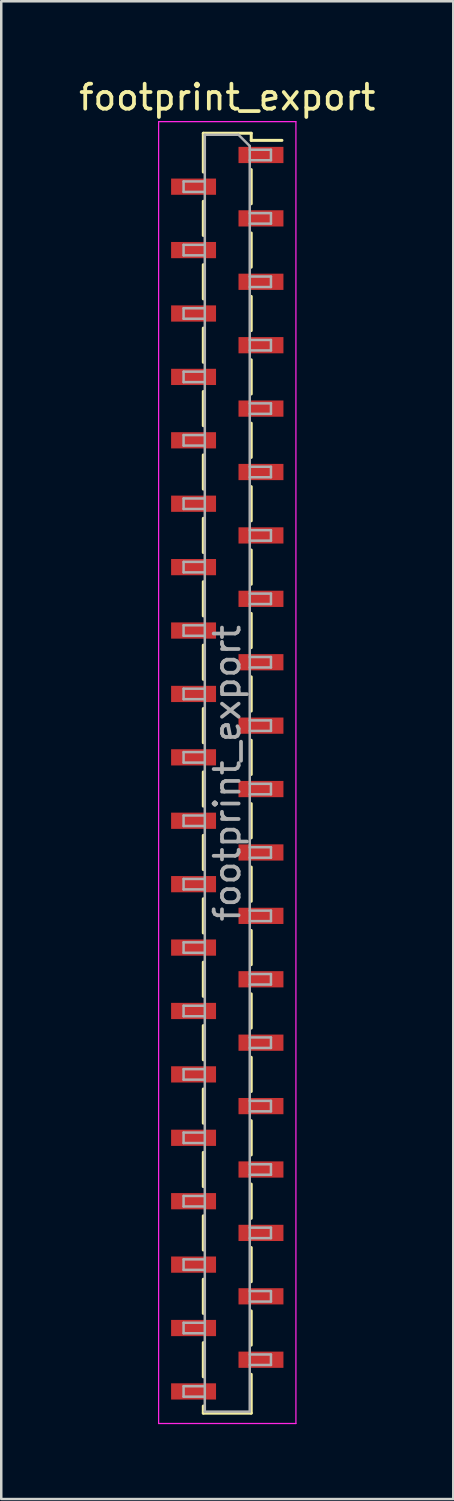
<source format=kicad_pcb>
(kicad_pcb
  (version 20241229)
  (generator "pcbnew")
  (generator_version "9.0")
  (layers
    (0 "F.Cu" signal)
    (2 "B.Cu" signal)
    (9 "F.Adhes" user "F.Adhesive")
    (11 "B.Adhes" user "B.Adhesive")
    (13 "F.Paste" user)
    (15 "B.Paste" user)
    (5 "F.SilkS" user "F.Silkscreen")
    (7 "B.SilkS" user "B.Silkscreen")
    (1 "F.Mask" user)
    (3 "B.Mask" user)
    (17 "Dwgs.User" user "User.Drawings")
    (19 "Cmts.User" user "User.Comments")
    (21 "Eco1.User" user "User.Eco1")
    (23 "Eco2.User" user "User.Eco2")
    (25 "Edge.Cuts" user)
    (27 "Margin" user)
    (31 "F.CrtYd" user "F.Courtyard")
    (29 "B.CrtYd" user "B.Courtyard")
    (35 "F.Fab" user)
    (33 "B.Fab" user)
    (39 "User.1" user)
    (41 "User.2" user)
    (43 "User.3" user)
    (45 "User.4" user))
  (footprint "footprint_export"
    (layer "F.Cu")
    (at 6.054 27.923)
    (property "Reference" "footprint_export" (at 0 -27.075 0) (layer "F.SilkS") (effects (font (size 1 1) (thickness 0.15))))
    (attr smd)
    (fp_line (start -0.96 -25.635) (end -0.96 -24.08) (stroke (width 0.12) (type solid)) (layer "F.SilkS"))
    (fp_line (start -0.96 -25.635) (end 0.96 -25.635) (stroke (width 0.12) (type solid)) (layer "F.SilkS"))
    (fp_line (start -0.96 -22.91) (end -0.96 -21.54) (stroke (width 0.12) (type solid)) (layer "F.SilkS"))
    (fp_line (start -0.96 -20.37) (end -0.96 -19) (stroke (width 0.12) (type solid)) (layer "F.SilkS"))
    (fp_line (start -0.96 -17.83) (end -0.96 -16.46) (stroke (width 0.12) (type solid)) (layer "F.SilkS"))
    (fp_line (start -0.96 -15.29) (end -0.96 -13.92) (stroke (width 0.12) (type solid)) (layer "F.SilkS"))
    (fp_line (start -0.96 -12.75) (end -0.96 -11.38) (stroke (width 0.12) (type solid)) (layer "F.SilkS"))
    (fp_line (start -0.96 -10.21) (end -0.96 -8.84) (stroke (width 0.12) (type solid)) (layer "F.SilkS"))
    (fp_line (start -0.96 -7.67) (end -0.96 -6.3) (stroke (width 0.12) (type solid)) (layer "F.SilkS"))
    (fp_line (start -0.96 -5.13) (end -0.96 -3.76) (stroke (width 0.12) (type solid)) (layer "F.SilkS"))
    (fp_line (start -0.96 -2.59) (end -0.96 -1.22) (stroke (width 0.12) (type solid)) (layer "F.SilkS"))
    (fp_line (start -0.96 -0.05) (end -0.96 1.32) (stroke (width 0.12) (type solid)) (layer "F.SilkS"))
    (fp_line (start -0.96 2.49) (end -0.96 3.86) (stroke (width 0.12) (type solid)) (layer "F.SilkS"))
    (fp_line (start -0.96 5.03) (end -0.96 6.4) (stroke (width 0.12) (type solid)) (layer "F.SilkS"))
    (fp_line (start -0.96 7.57) (end -0.96 8.94) (stroke (width 0.12) (type solid)) (layer "F.SilkS"))
    (fp_line (start -0.96 10.11) (end -0.96 11.48) (stroke (width 0.12) (type solid)) (layer "F.SilkS"))
    (fp_line (start -0.96 12.65) (end -0.96 14.02) (stroke (width 0.12) (type solid)) (layer "F.SilkS"))
    (fp_line (start -0.96 15.19) (end -0.96 16.56) (stroke (width 0.12) (type solid)) (layer "F.SilkS"))
    (fp_line (start -0.96 17.73) (end -0.96 19.1) (stroke (width 0.12) (type solid)) (layer "F.SilkS"))
    (fp_line (start -0.96 20.27) (end -0.96 21.64) (stroke (width 0.12) (type solid)) (layer "F.SilkS"))
    (fp_line (start -0.96 22.81) (end -0.96 24.18) (stroke (width 0.12) (type solid)) (layer "F.SilkS"))
    (fp_line (start -0.96 25.35) (end -0.96 25.635) (stroke (width 0.12) (type solid)) (layer "F.SilkS"))
    (fp_line (start -0.96 25.635) (end 0.96 25.635) (stroke (width 0.12) (type solid)) (layer "F.SilkS"))
    (fp_line (start 0.96 -25.635) (end 0.96 -25.35) (stroke (width 0.12) (type solid)) (layer "F.SilkS"))
    (fp_line (start 0.96 -25.35) (end 2.19 -25.35) (stroke (width 0.12) (type solid)) (layer "F.SilkS"))
    (fp_line (start 0.96 -24.18) (end 0.96 -22.81) (stroke (width 0.12) (type solid)) (layer "F.SilkS"))
    (fp_line (start 0.96 -21.64) (end 0.96 -20.27) (stroke (width 0.12) (type solid)) (layer "F.SilkS"))
    (fp_line (start 0.96 -19.1) (end 0.96 -17.73) (stroke (width 0.12) (type solid)) (layer "F.SilkS"))
    (fp_line (start 0.96 -16.56) (end 0.96 -15.19) (stroke (width 0.12) (type solid)) (layer "F.SilkS"))
    (fp_line (start 0.96 -14.02) (end 0.96 -12.65) (stroke (width 0.12) (type solid)) (layer "F.SilkS"))
    (fp_line (start 0.96 -11.48) (end 0.96 -10.11) (stroke (width 0.12) (type solid)) (layer "F.SilkS"))
    (fp_line (start 0.96 -8.94) (end 0.96 -7.57) (stroke (width 0.12) (type solid)) (layer "F.SilkS"))
    (fp_line (start 0.96 -6.4) (end 0.96 -5.03) (stroke (width 0.12) (type solid)) (layer "F.SilkS"))
    (fp_line (start 0.96 -3.86) (end 0.96 -2.49) (stroke (width 0.12) (type solid)) (layer "F.SilkS"))
    (fp_line (start 0.96 -1.32) (end 0.96 0.05) (stroke (width 0.12) (type solid)) (layer "F.SilkS"))
    (fp_line (start 0.96 1.22) (end 0.96 2.59) (stroke (width 0.12) (type solid)) (layer "F.SilkS"))
    (fp_line (start 0.96 3.76) (end 0.96 5.13) (stroke (width 0.12) (type solid)) (layer "F.SilkS"))
    (fp_line (start 0.96 6.3) (end 0.96 7.67) (stroke (width 0.12) (type solid)) (layer "F.SilkS"))
    (fp_line (start 0.96 8.84) (end 0.96 10.21) (stroke (width 0.12) (type solid)) (layer "F.SilkS"))
    (fp_line (start 0.96 11.38) (end 0.96 12.75) (stroke (width 0.12) (type solid)) (layer "F.SilkS"))
    (fp_line (start 0.96 13.92) (end 0.96 15.29) (stroke (width 0.12) (type solid)) (layer "F.SilkS"))
    (fp_line (start 0.96 16.46) (end 0.96 17.83) (stroke (width 0.12) (type solid)) (layer "F.SilkS"))
    (fp_line (start 0.96 19) (end 0.96 20.37) (stroke (width 0.12) (type solid)) (layer "F.SilkS"))
    (fp_line (start 0.96 21.54) (end 0.96 22.91) (stroke (width 0.12) (type solid)) (layer "F.SilkS"))
    (fp_line (start 0.96 24.08) (end 0.96 25.635) (stroke (width 0.12) (type solid)) (layer "F.SilkS"))
    (fp_line (start -2.75 -26.1) (end 2.75 -26.1) (stroke (width 0.05) (type solid)) (layer "F.CrtYd"))
    (fp_line (start -2.75 26.05) (end -2.75 -26.1) (stroke (width 0.05) (type solid)) (layer "F.CrtYd"))
    (fp_line (start 2.75 -26.1) (end 2.75 26.05) (stroke (width 0.05) (type solid)) (layer "F.CrtYd"))
    (fp_line (start 2.75 26.05) (end -2.75 26.05) (stroke (width 0.05) (type solid)) (layer "F.CrtYd"))
    (fp_line (start -1.75 -23.705) (end -0.9 -23.705) (stroke (width 0.1) (type solid)) (layer "F.Fab"))
    (fp_line (start -1.75 -23.285) (end -1.75 -23.705) (stroke (width 0.1) (type solid)) (layer "F.Fab"))
    (fp_line (start -1.75 -21.165) (end -0.9 -21.165) (stroke (width 0.1) (type solid)) (layer "F.Fab"))
    (fp_line (start -1.75 -20.745) (end -1.75 -21.165) (stroke (width 0.1) (type solid)) (layer "F.Fab"))
    (fp_line (start -1.75 -18.625) (end -0.9 -18.625) (stroke (width 0.1) (type solid)) (layer "F.Fab"))
    (fp_line (start -1.75 -18.205) (end -1.75 -18.625) (stroke (width 0.1) (type solid)) (layer "F.Fab"))
    (fp_line (start -1.75 -16.085) (end -0.9 -16.085) (stroke (width 0.1) (type solid)) (layer "F.Fab"))
    (fp_line (start -1.75 -15.665) (end -1.75 -16.085) (stroke (width 0.1) (type solid)) (layer "F.Fab"))
    (fp_line (start -1.75 -13.545) (end -0.9 -13.545) (stroke (width 0.1) (type solid)) (layer "F.Fab"))
    (fp_line (start -1.75 -13.125) (end -1.75 -13.545) (stroke (width 0.1) (type solid)) (layer "F.Fab"))
    (fp_line (start -1.75 -11.005) (end -0.9 -11.005) (stroke (width 0.1) (type solid)) (layer "F.Fab"))
    (fp_line (start -1.75 -10.585) (end -1.75 -11.005) (stroke (width 0.1) (type solid)) (layer "F.Fab"))
    (fp_line (start -1.75 -8.465) (end -0.9 -8.465) (stroke (width 0.1) (type solid)) (layer "F.Fab"))
    (fp_line (start -1.75 -8.045) (end -1.75 -8.465) (stroke (width 0.1) (type solid)) (layer "F.Fab"))
    (fp_line (start -1.75 -5.925) (end -0.9 -5.925) (stroke (width 0.1) (type solid)) (layer "F.Fab"))
    (fp_line (start -1.75 -5.505) (end -1.75 -5.925) (stroke (width 0.1) (type solid)) (layer "F.Fab"))
    (fp_line (start -1.75 -3.385) (end -0.9 -3.385) (stroke (width 0.1) (type solid)) (layer "F.Fab"))
    (fp_line (start -1.75 -2.965) (end -1.75 -3.385) (stroke (width 0.1) (type solid)) (layer "F.Fab"))
    (fp_line (start -1.75 -0.845) (end -0.9 -0.845) (stroke (width 0.1) (type solid)) (layer "F.Fab"))
    (fp_line (start -1.75 -0.425) (end -1.75 -0.845) (stroke (width 0.1) (type solid)) (layer "F.Fab"))
    (fp_line (start -1.75 1.695) (end -0.9 1.695) (stroke (width 0.1) (type solid)) (layer "F.Fab"))
    (fp_line (start -1.75 2.115) (end -1.75 1.695) (stroke (width 0.1) (type solid)) (layer "F.Fab"))
    (fp_line (start -1.75 4.235) (end -0.9 4.235) (stroke (width 0.1) (type solid)) (layer "F.Fab"))
    (fp_line (start -1.75 4.655) (end -1.75 4.235) (stroke (width 0.1) (type solid)) (layer "F.Fab"))
    (fp_line (start -1.75 6.775) (end -0.9 6.775) (stroke (width 0.1) (type solid)) (layer "F.Fab"))
    (fp_line (start -1.75 7.195) (end -1.75 6.775) (stroke (width 0.1) (type solid)) (layer "F.Fab"))
    (fp_line (start -1.75 9.315) (end -0.9 9.315) (stroke (width 0.1) (type solid)) (layer "F.Fab"))
    (fp_line (start -1.75 9.735) (end -1.75 9.315) (stroke (width 0.1) (type solid)) (layer "F.Fab"))
    (fp_line (start -1.75 11.855) (end -0.9 11.855) (stroke (width 0.1) (type solid)) (layer "F.Fab"))
    (fp_line (start -1.75 12.275) (end -1.75 11.855) (stroke (width 0.1) (type solid)) (layer "F.Fab"))
    (fp_line (start -1.75 14.395) (end -0.9 14.395) (stroke (width 0.1) (type solid)) (layer "F.Fab"))
    (fp_line (start -1.75 14.815) (end -1.75 14.395) (stroke (width 0.1) (type solid)) (layer "F.Fab"))
    (fp_line (start -1.75 16.935) (end -0.9 16.935) (stroke (width 0.1) (type solid)) (layer "F.Fab"))
    (fp_line (start -1.75 17.355) (end -1.75 16.935) (stroke (width 0.1) (type solid)) (layer "F.Fab"))
    (fp_line (start -1.75 19.475) (end -0.9 19.475) (stroke (width 0.1) (type solid)) (layer "F.Fab"))
    (fp_line (start -1.75 19.895) (end -1.75 19.475) (stroke (width 0.1) (type solid)) (layer "F.Fab"))
    (fp_line (start -1.75 22.015) (end -0.9 22.015) (stroke (width 0.1) (type solid)) (layer "F.Fab"))
    (fp_line (start -1.75 22.435) (end -1.75 22.015) (stroke (width 0.1) (type solid)) (layer "F.Fab"))
    (fp_line (start -1.75 24.555) (end -0.9 24.555) (stroke (width 0.1) (type solid)) (layer "F.Fab"))
    (fp_line (start -1.75 24.975) (end -1.75 24.555) (stroke (width 0.1) (type solid)) (layer "F.Fab"))
    (fp_line (start -0.9 -25.575) (end 0.45 -25.575) (stroke (width 0.1) (type solid)) (layer "F.Fab"))
    (fp_line (start -0.9 -23.285) (end -1.75 -23.285) (stroke (width 0.1) (type solid)) (layer "F.Fab"))
    (fp_line (start -0.9 -20.745) (end -1.75 -20.745) (stroke (width 0.1) (type solid)) (layer "F.Fab"))
    (fp_line (start -0.9 -18.205) (end -1.75 -18.205) (stroke (width 0.1) (type solid)) (layer "F.Fab"))
    (fp_line (start -0.9 -15.665) (end -1.75 -15.665) (stroke (width 0.1) (type solid)) (layer "F.Fab"))
    (fp_line (start -0.9 -13.125) (end -1.75 -13.125) (stroke (width 0.1) (type solid)) (layer "F.Fab"))
    (fp_line (start -0.9 -10.585) (end -1.75 -10.585) (stroke (width 0.1) (type solid)) (layer "F.Fab"))
    (fp_line (start -0.9 -8.045) (end -1.75 -8.045) (stroke (width 0.1) (type solid)) (layer "F.Fab"))
    (fp_line (start -0.9 -5.505) (end -1.75 -5.505) (stroke (width 0.1) (type solid)) (layer "F.Fab"))
    (fp_line (start -0.9 -2.965) (end -1.75 -2.965) (stroke (width 0.1) (type solid)) (layer "F.Fab"))
    (fp_line (start -0.9 -0.425) (end -1.75 -0.425) (stroke (width 0.1) (type solid)) (layer "F.Fab"))
    (fp_line (start -0.9 2.115) (end -1.75 2.115) (stroke (width 0.1) (type solid)) (layer "F.Fab"))
    (fp_line (start -0.9 4.655) (end -1.75 4.655) (stroke (width 0.1) (type solid)) (layer "F.Fab"))
    (fp_line (start -0.9 7.195) (end -1.75 7.195) (stroke (width 0.1) (type solid)) (layer "F.Fab"))
    (fp_line (start -0.9 9.735) (end -1.75 9.735) (stroke (width 0.1) (type solid)) (layer "F.Fab"))
    (fp_line (start -0.9 12.275) (end -1.75 12.275) (stroke (width 0.1) (type solid)) (layer "F.Fab"))
    (fp_line (start -0.9 14.815) (end -1.75 14.815) (stroke (width 0.1) (type solid)) (layer "F.Fab"))
    (fp_line (start -0.9 17.355) (end -1.75 17.355) (stroke (width 0.1) (type solid)) (layer "F.Fab"))
    (fp_line (start -0.9 19.895) (end -1.75 19.895) (stroke (width 0.1) (type solid)) (layer "F.Fab"))
    (fp_line (start -0.9 22.435) (end -1.75 22.435) (stroke (width 0.1) (type solid)) (layer "F.Fab"))
    (fp_line (start -0.9 24.975) (end -1.75 24.975) (stroke (width 0.1) (type solid)) (layer "F.Fab"))
    (fp_line (start -0.9 25.575) (end -0.9 -25.575) (stroke (width 0.1) (type solid)) (layer "F.Fab"))
    (fp_line (start 0.45 -25.575) (end 0.9 -25.125) (stroke (width 0.1) (type solid)) (layer "F.Fab"))
    (fp_line (start 0.9 -25.125) (end 0.9 25.575) (stroke (width 0.1) (type solid)) (layer "F.Fab"))
    (fp_line (start 0.9 -24.975) (end 1.75 -24.975) (stroke (width 0.1) (type solid)) (layer "F.Fab"))
    (fp_line (start 0.9 -22.435) (end 1.75 -22.435) (stroke (width 0.1) (type solid)) (layer "F.Fab"))
    (fp_line (start 0.9 -19.895) (end 1.75 -19.895) (stroke (width 0.1) (type solid)) (layer "F.Fab"))
    (fp_line (start 0.9 -17.355) (end 1.75 -17.355) (stroke (width 0.1) (type solid)) (layer "F.Fab"))
    (fp_line (start 0.9 -14.815) (end 1.75 -14.815) (stroke (width 0.1) (type solid)) (layer "F.Fab"))
    (fp_line (start 0.9 -12.275) (end 1.75 -12.275) (stroke (width 0.1) (type solid)) (layer "F.Fab"))
    (fp_line (start 0.9 -9.735) (end 1.75 -9.735) (stroke (width 0.1) (type solid)) (layer "F.Fab"))
    (fp_line (start 0.9 -7.195) (end 1.75 -7.195) (stroke (width 0.1) (type solid)) (layer "F.Fab"))
    (fp_line (start 0.9 -4.655) (end 1.75 -4.655) (stroke (width 0.1) (type solid)) (layer "F.Fab"))
    (fp_line (start 0.9 -2.115) (end 1.75 -2.115) (stroke (width 0.1) (type solid)) (layer "F.Fab"))
    (fp_line (start 0.9 0.425) (end 1.75 0.425) (stroke (width 0.1) (type solid)) (layer "F.Fab"))
    (fp_line (start 0.9 2.965) (end 1.75 2.965) (stroke (width 0.1) (type solid)) (layer "F.Fab"))
    (fp_line (start 0.9 5.505) (end 1.75 5.505) (stroke (width 0.1) (type solid)) (layer "F.Fab"))
    (fp_line (start 0.9 8.045) (end 1.75 8.045) (stroke (width 0.1) (type solid)) (layer "F.Fab"))
    (fp_line (start 0.9 10.585) (end 1.75 10.585) (stroke (width 0.1) (type solid)) (layer "F.Fab"))
    (fp_line (start 0.9 13.125) (end 1.75 13.125) (stroke (width 0.1) (type solid)) (layer "F.Fab"))
    (fp_line (start 0.9 15.665) (end 1.75 15.665) (stroke (width 0.1) (type solid)) (layer "F.Fab"))
    (fp_line (start 0.9 18.205) (end 1.75 18.205) (stroke (width 0.1) (type solid)) (layer "F.Fab"))
    (fp_line (start 0.9 20.745) (end 1.75 20.745) (stroke (width 0.1) (type solid)) (layer "F.Fab"))
    (fp_line (start 0.9 23.285) (end 1.75 23.285) (stroke (width 0.1) (type solid)) (layer "F.Fab"))
    (fp_line (start 0.9 25.575) (end -0.9 25.575) (stroke (width 0.1) (type solid)) (layer "F.Fab"))
    (fp_line (start 1.75 -24.975) (end 1.75 -24.555) (stroke (width 0.1) (type solid)) (layer "F.Fab"))
    (fp_line (start 1.75 -24.555) (end 0.9 -24.555) (stroke (width 0.1) (type solid)) (layer "F.Fab"))
    (fp_line (start 1.75 -22.435) (end 1.75 -22.015) (stroke (width 0.1) (type solid)) (layer "F.Fab"))
    (fp_line (start 1.75 -22.015) (end 0.9 -22.015) (stroke (width 0.1) (type solid)) (layer "F.Fab"))
    (fp_line (start 1.75 -19.895) (end 1.75 -19.475) (stroke (width 0.1) (type solid)) (layer "F.Fab"))
    (fp_line (start 1.75 -19.475) (end 0.9 -19.475) (stroke (width 0.1) (type solid)) (layer "F.Fab"))
    (fp_line (start 1.75 -17.355) (end 1.75 -16.935) (stroke (width 0.1) (type solid)) (layer "F.Fab"))
    (fp_line (start 1.75 -16.935) (end 0.9 -16.935) (stroke (width 0.1) (type solid)) (layer "F.Fab"))
    (fp_line (start 1.75 -14.815) (end 1.75 -14.395) (stroke (width 0.1) (type solid)) (layer "F.Fab"))
    (fp_line (start 1.75 -14.395) (end 0.9 -14.395) (stroke (width 0.1) (type solid)) (layer "F.Fab"))
    (fp_line (start 1.75 -12.275) (end 1.75 -11.855) (stroke (width 0.1) (type solid)) (layer "F.Fab"))
    (fp_line (start 1.75 -11.855) (end 0.9 -11.855) (stroke (width 0.1) (type solid)) (layer "F.Fab"))
    (fp_line (start 1.75 -9.735) (end 1.75 -9.315) (stroke (width 0.1) (type solid)) (layer "F.Fab"))
    (fp_line (start 1.75 -9.315) (end 0.9 -9.315) (stroke (width 0.1) (type solid)) (layer "F.Fab"))
    (fp_line (start 1.75 -7.195) (end 1.75 -6.775) (stroke (width 0.1) (type solid)) (layer "F.Fab"))
    (fp_line (start 1.75 -6.775) (end 0.9 -6.775) (stroke (width 0.1) (type solid)) (layer "F.Fab"))
    (fp_line (start 1.75 -4.655) (end 1.75 -4.235) (stroke (width 0.1) (type solid)) (layer "F.Fab"))
    (fp_line (start 1.75 -4.235) (end 0.9 -4.235) (stroke (width 0.1) (type solid)) (layer "F.Fab"))
    (fp_line (start 1.75 -2.115) (end 1.75 -1.695) (stroke (width 0.1) (type solid)) (layer "F.Fab"))
    (fp_line (start 1.75 -1.695) (end 0.9 -1.695) (stroke (width 0.1) (type solid)) (layer "F.Fab"))
    (fp_line (start 1.75 0.425) (end 1.75 0.845) (stroke (width 0.1) (type solid)) (layer "F.Fab"))
    (fp_line (start 1.75 0.845) (end 0.9 0.845) (stroke (width 0.1) (type solid)) (layer "F.Fab"))
    (fp_line (start 1.75 2.965) (end 1.75 3.385) (stroke (width 0.1) (type solid)) (layer "F.Fab"))
    (fp_line (start 1.75 3.385) (end 0.9 3.385) (stroke (width 0.1) (type solid)) (layer "F.Fab"))
    (fp_line (start 1.75 5.505) (end 1.75 5.925) (stroke (width 0.1) (type solid)) (layer "F.Fab"))
    (fp_line (start 1.75 5.925) (end 0.9 5.925) (stroke (width 0.1) (type solid)) (layer "F.Fab"))
    (fp_line (start 1.75 8.045) (end 1.75 8.465) (stroke (width 0.1) (type solid)) (layer "F.Fab"))
    (fp_line (start 1.75 8.465) (end 0.9 8.465) (stroke (width 0.1) (type solid)) (layer "F.Fab"))
    (fp_line (start 1.75 10.585) (end 1.75 11.005) (stroke (width 0.1) (type solid)) (layer "F.Fab"))
    (fp_line (start 1.75 11.005) (end 0.9 11.005) (stroke (width 0.1) (type solid)) (layer "F.Fab"))
    (fp_line (start 1.75 13.125) (end 1.75 13.545) (stroke (width 0.1) (type solid)) (layer "F.Fab"))
    (fp_line (start 1.75 13.545) (end 0.9 13.545) (stroke (width 0.1) (type solid)) (layer "F.Fab"))
    (fp_line (start 1.75 15.665) (end 1.75 16.085) (stroke (width 0.1) (type solid)) (layer "F.Fab"))
    (fp_line (start 1.75 16.085) (end 0.9 16.085) (stroke (width 0.1) (type solid)) (layer "F.Fab"))
    (fp_line (start 1.75 18.205) (end 1.75 18.625) (stroke (width 0.1) (type solid)) (layer "F.Fab"))
    (fp_line (start 1.75 18.625) (end 0.9 18.625) (stroke (width 0.1) (type solid)) (layer "F.Fab"))
    (fp_line (start 1.75 20.745) (end 1.75 21.165) (stroke (width 0.1) (type solid)) (layer "F.Fab"))
    (fp_line (start 1.75 21.165) (end 0.9 21.165) (stroke (width 0.1) (type solid)) (layer "F.Fab"))
    (fp_line (start 1.75 23.285) (end 1.75 23.705) (stroke (width 0.1) (type solid)) (layer "F.Fab"))
    (fp_line (start 1.75 23.705) (end 0.9 23.705) (stroke (width 0.1) (type solid)) (layer "F.Fab"))
    (fp_text user "${REFERENCE}" (at 0 0 90) (layer "F.Fab") (effects (font (size 1 1) (thickness 0.15))))
    (pad "1" smd rect (at 1.35 -24.765) (size 1.8 0.65) (layers "F.Cu" "F.Mask" "F.Paste"))
    (pad "2" smd rect (at -1.35 -23.495) (size 1.8 0.65) (layers "F.Cu" "F.Mask" "F.Paste"))
    (pad "3" smd rect (at 1.35 -22.225) (size 1.8 0.65) (layers "F.Cu" "F.Mask" "F.Paste"))
    (pad "4" smd rect (at -1.35 -20.955) (size 1.8 0.65) (layers "F.Cu" "F.Mask" "F.Paste"))
    (pad "5" smd rect (at 1.35 -19.685) (size 1.8 0.65) (layers "F.Cu" "F.Mask" "F.Paste"))
    (pad "6" smd rect (at -1.35 -18.415) (size 1.8 0.65) (layers "F.Cu" "F.Mask" "F.Paste"))
    (pad "7" smd rect (at 1.35 -17.145) (size 1.8 0.65) (layers "F.Cu" "F.Mask" "F.Paste"))
    (pad "8" smd rect (at -1.35 -15.875) (size 1.8 0.65) (layers "F.Cu" "F.Mask" "F.Paste"))
    (pad "9" smd rect (at 1.35 -14.605) (size 1.8 0.65) (layers "F.Cu" "F.Mask" "F.Paste"))
    (pad "10" smd rect (at -1.35 -13.335) (size 1.8 0.65) (layers "F.Cu" "F.Mask" "F.Paste"))
    (pad "11" smd rect (at 1.35 -12.065) (size 1.8 0.65) (layers "F.Cu" "F.Mask" "F.Paste"))
    (pad "12" smd rect (at -1.35 -10.795) (size 1.8 0.65) (layers "F.Cu" "F.Mask" "F.Paste"))
    (pad "13" smd rect (at 1.35 -9.525) (size 1.8 0.65) (layers "F.Cu" "F.Mask" "F.Paste"))
    (pad "14" smd rect (at -1.35 -8.255) (size 1.8 0.65) (layers "F.Cu" "F.Mask" "F.Paste"))
    (pad "15" smd rect (at 1.35 -6.985) (size 1.8 0.65) (layers "F.Cu" "F.Mask" "F.Paste"))
    (pad "16" smd rect (at -1.35 -5.715) (size 1.8 0.65) (layers "F.Cu" "F.Mask" "F.Paste"))
    (pad "17" smd rect (at 1.35 -4.445) (size 1.8 0.65) (layers "F.Cu" "F.Mask" "F.Paste"))
    (pad "18" smd rect (at -1.35 -3.175) (size 1.8 0.65) (layers "F.Cu" "F.Mask" "F.Paste"))
    (pad "19" smd rect (at 1.35 -1.905) (size 1.8 0.65) (layers "F.Cu" "F.Mask" "F.Paste"))
    (pad "20" smd rect (at -1.35 -0.635) (size 1.8 0.65) (layers "F.Cu" "F.Mask" "F.Paste"))
    (pad "21" smd rect (at 1.35 0.635) (size 1.8 0.65) (layers "F.Cu" "F.Mask" "F.Paste"))
    (pad "22" smd rect (at -1.35 1.905) (size 1.8 0.65) (layers "F.Cu" "F.Mask" "F.Paste"))
    (pad "23" smd rect (at 1.35 3.175) (size 1.8 0.65) (layers "F.Cu" "F.Mask" "F.Paste"))
    (pad "24" smd rect (at -1.35 4.445) (size 1.8 0.65) (layers "F.Cu" "F.Mask" "F.Paste"))
    (pad "25" smd rect (at 1.35 5.715) (size 1.8 0.65) (layers "F.Cu" "F.Mask" "F.Paste"))
    (pad "26" smd rect (at -1.35 6.985) (size 1.8 0.65) (layers "F.Cu" "F.Mask" "F.Paste"))
    (pad "27" smd rect (at 1.35 8.255) (size 1.8 0.65) (layers "F.Cu" "F.Mask" "F.Paste"))
    (pad "28" smd rect (at -1.35 9.525) (size 1.8 0.65) (layers "F.Cu" "F.Mask" "F.Paste"))
    (pad "29" smd rect (at 1.35 10.795) (size 1.8 0.65) (layers "F.Cu" "F.Mask" "F.Paste"))
    (pad "30" smd rect (at -1.35 12.065) (size 1.8 0.65) (layers "F.Cu" "F.Mask" "F.Paste"))
    (pad "31" smd rect (at 1.35 13.335) (size 1.8 0.65) (layers "F.Cu" "F.Mask" "F.Paste"))
    (pad "32" smd rect (at -1.35 14.605) (size 1.8 0.65) (layers "F.Cu" "F.Mask" "F.Paste"))
    (pad "33" smd rect (at 1.35 15.875) (size 1.8 0.65) (layers "F.Cu" "F.Mask" "F.Paste"))
    (pad "34" smd rect (at -1.35 17.145) (size 1.8 0.65) (layers "F.Cu" "F.Mask" "F.Paste"))
    (pad "35" smd rect (at 1.35 18.415) (size 1.8 0.65) (layers "F.Cu" "F.Mask" "F.Paste"))
    (pad "36" smd rect (at -1.35 19.685) (size 1.8 0.65) (layers "F.Cu" "F.Mask" "F.Paste"))
    (pad "37" smd rect (at 1.35 20.955) (size 1.8 0.65) (layers "F.Cu" "F.Mask" "F.Paste"))
    (pad "38" smd rect (at -1.35 22.225) (size 1.8 0.65) (layers "F.Cu" "F.Mask" "F.Paste"))
    (pad "39" smd rect (at 1.35 23.495) (size 1.8 0.65) (layers "F.Cu" "F.Mask" "F.Paste"))
    (pad "40" smd rect (at -1.35 24.765) (size 1.8 0.65) (layers "F.Cu" "F.Mask" "F.Paste")))
  (gr_rect
    (start -3 -3)
    (end 15.107 56.998)
    (stroke (width 0.1) (type default))
    (fill no)
    (layer "Edge.Cuts")))
</source>
